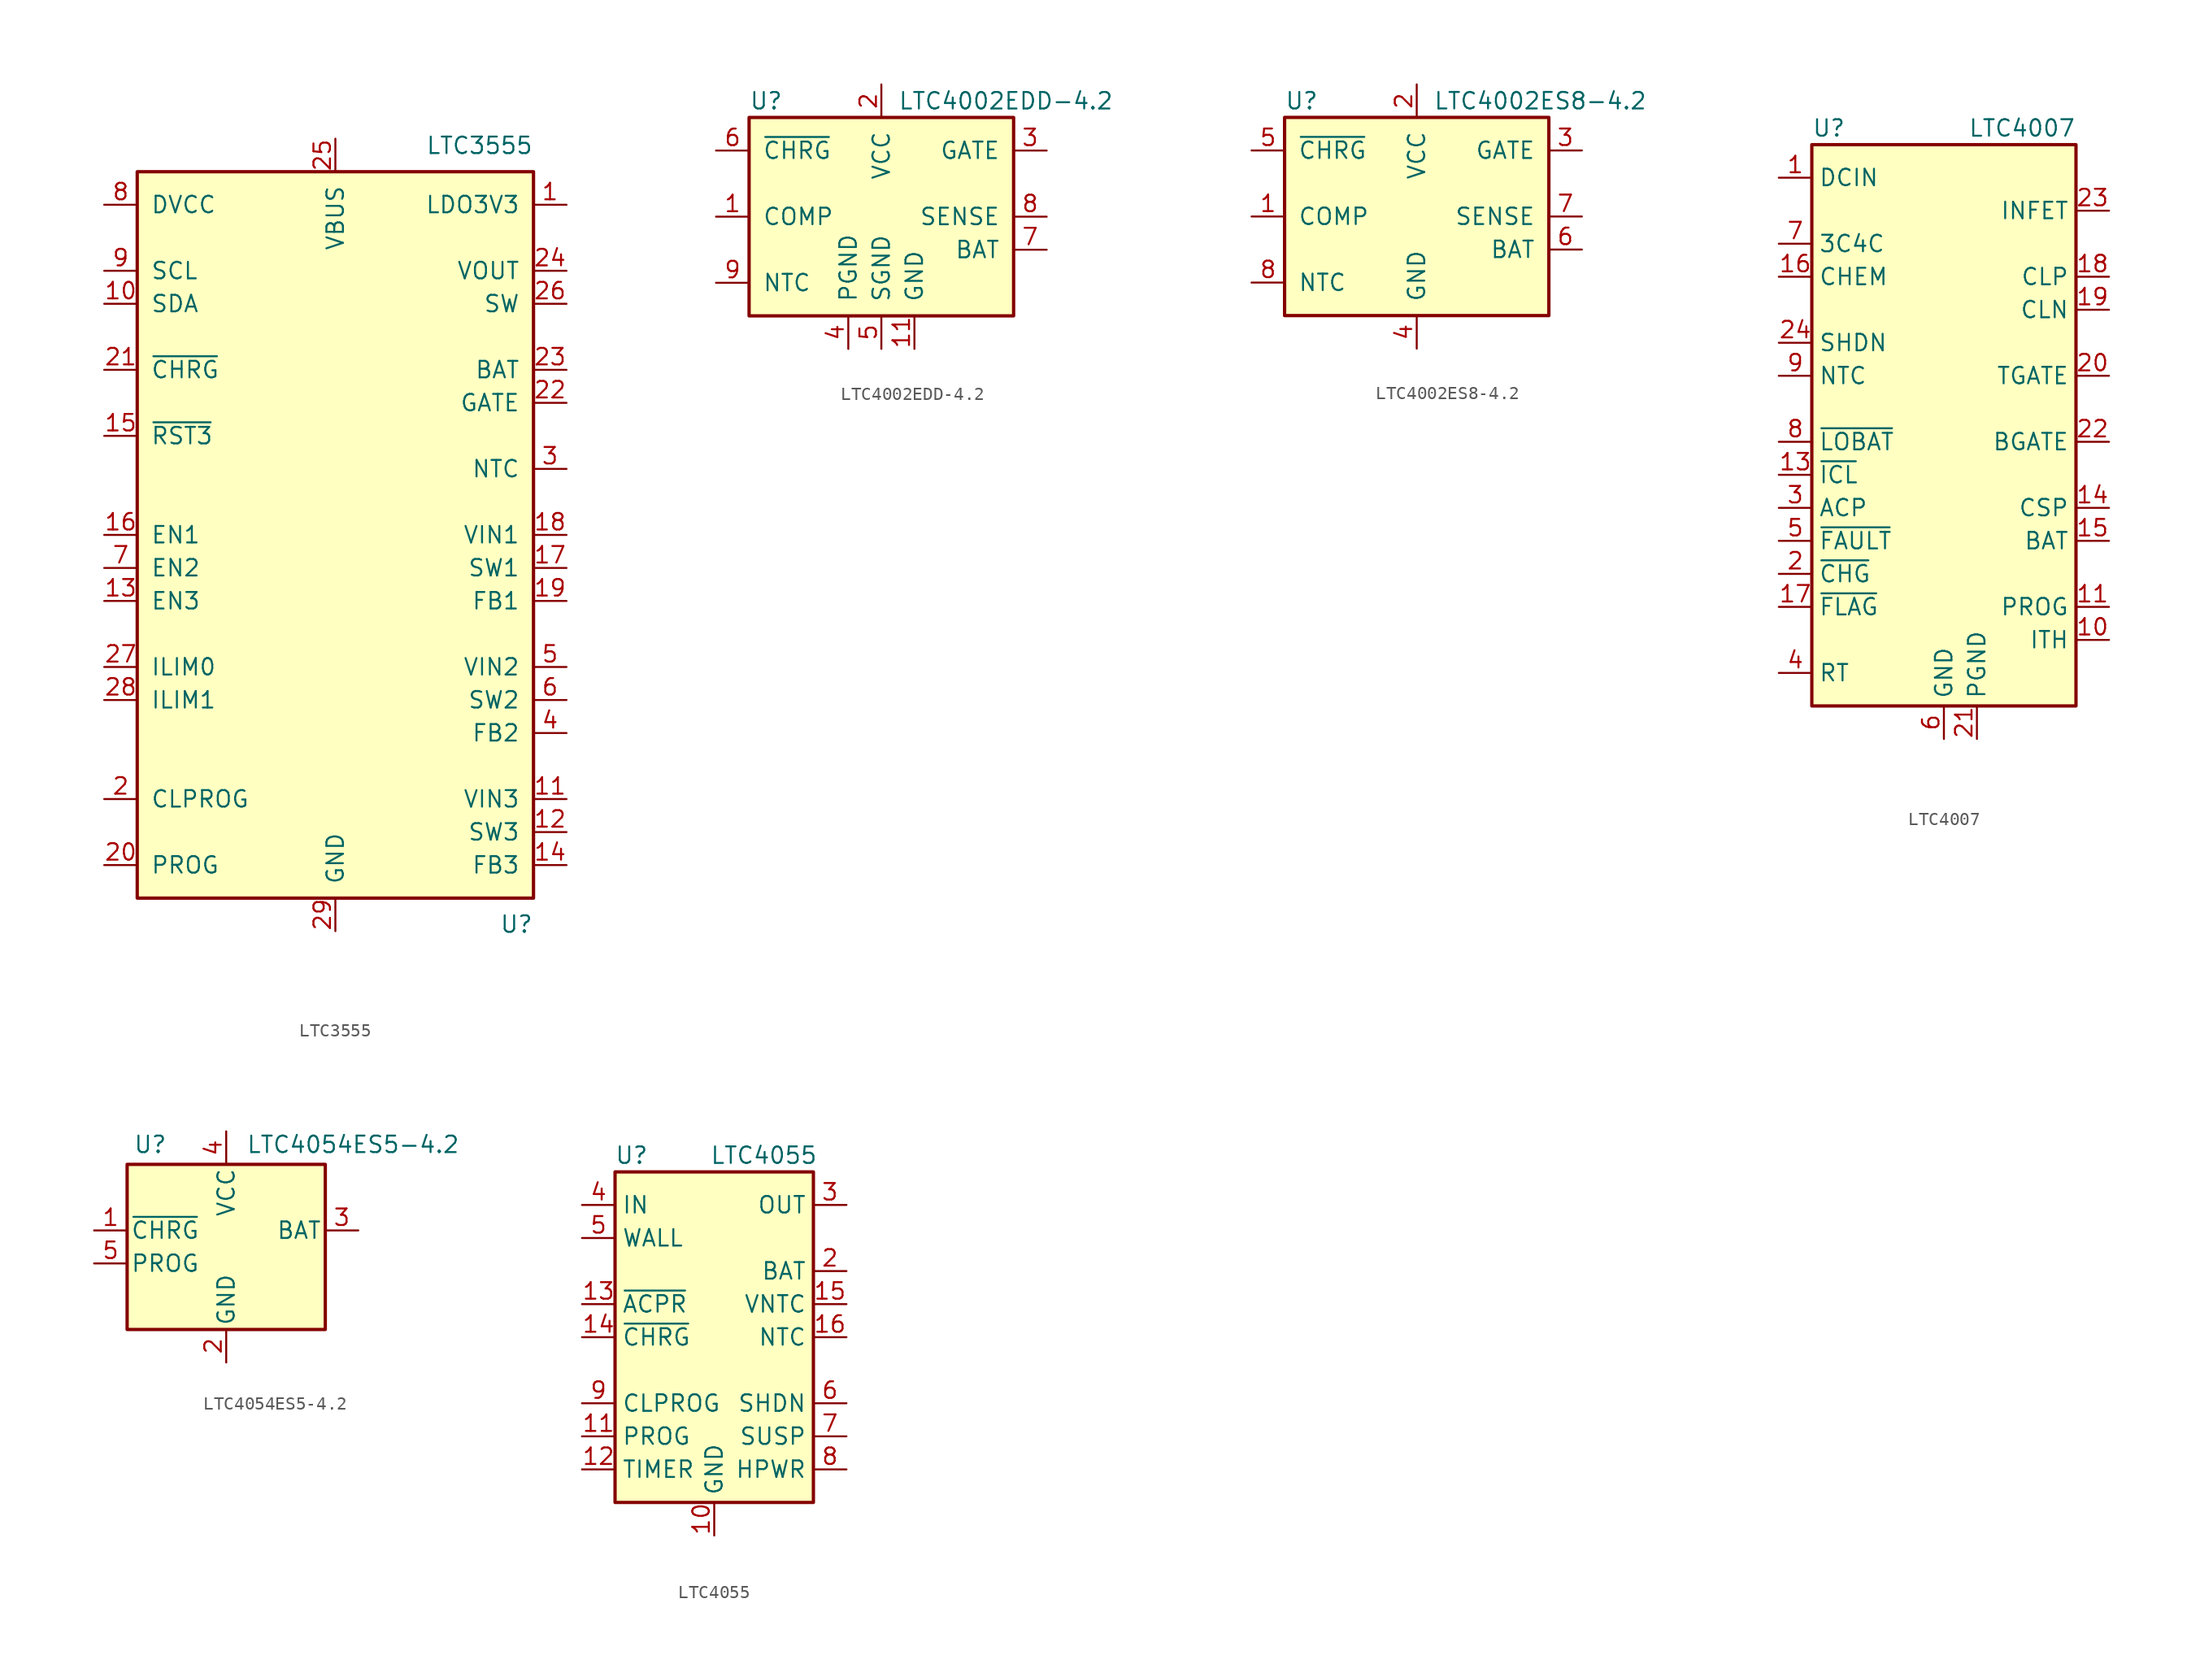
<source format=kicad_sym>
(kicad_symbol_lib
  (version 20201005)
  (generator kicad_symbol_editor)
  (symbol "LTC3555"
    (pin_names
      (offset 1.016))
    (property "Reference" "U"
      (at 15.24 -29.21 0)
      (effects (font (size 1.27 1.27)) (justify right top)))
    (property "Value" "LTC3555"
      (at 15.24 29.21 0)
      (effects (font (size 1.27 1.27)) (justify right bottom)))
    (symbol "LTC3555_0_1"
      (rectangle (start -15.24 27.94) (end 15.24 -27.94) (stroke (width 0.254)) (fill (type background))))
    (symbol "LTC3555_1_1"
      (pin power_out line (at 17.78 25.4 180) (length 2.54) (name "LDO3V3" (effects (font (size 1.27 1.27)))) (number "1" (effects (font (size 1.27 1.27)))))
      (pin bidirectional line (at -17.78 17.78 0) (length 2.54) (name "SDA" (effects (font (size 1.27 1.27)))) (number "10" (effects (font (size 1.27 1.27)))))
      (pin power_in line (at 17.78 -20.32 180) (length 2.54) (name "VIN3" (effects (font (size 1.27 1.27)))) (number "11" (effects (font (size 1.27 1.27)))))
      (pin power_out line (at 17.78 -22.86 180) (length 2.54) (name "SW3" (effects (font (size 1.27 1.27)))) (number "12" (effects (font (size 1.27 1.27)))))
      (pin input line (at -17.78 -5.08 0) (length 2.54) (name "EN3" (effects (font (size 1.27 1.27)))) (number "13" (effects (font (size 1.27 1.27)))))
      (pin input line (at 17.78 -25.4 180) (length 2.54) (name "FB3" (effects (font (size 1.27 1.27)))) (number "14" (effects (font (size 1.27 1.27)))))
      (pin open_collector line (at -17.78 7.62 0) (length 2.54) (name "~RST3" (effects (font (size 1.27 1.27)))) (number "15" (effects (font (size 1.27 1.27)))))
      (pin input line (at -17.78 0 0) (length 2.54) (name "EN1" (effects (font (size 1.27 1.27)))) (number "16" (effects (font (size 1.27 1.27)))))
      (pin power_out line (at 17.78 -2.54 180) (length 2.54) (name "SW1" (effects (font (size 1.27 1.27)))) (number "17" (effects (font (size 1.27 1.27)))))
      (pin power_in line (at 17.78 0 180) (length 2.54) (name "VIN1" (effects (font (size 1.27 1.27)))) (number "18" (effects (font (size 1.27 1.27)))))
      (pin input line (at 17.78 -5.08 180) (length 2.54) (name "FB1" (effects (font (size 1.27 1.27)))) (number "19" (effects (font (size 1.27 1.27)))))
      (pin passive line (at -17.78 -20.32 0) (length 2.54) (name "CLPROG" (effects (font (size 1.27 1.27)))) (number "2" (effects (font (size 1.27 1.27)))))
      (pin passive line (at -17.78 -25.4 0) (length 2.54) (name "PROG" (effects (font (size 1.27 1.27)))) (number "20" (effects (font (size 1.27 1.27)))))
      (pin open_collector line (at -17.78 12.7 0) (length 2.54) (name "~CHRG" (effects (font (size 1.27 1.27)))) (number "21" (effects (font (size 1.27 1.27)))))
      (pin output line (at 17.78 10.16 180) (length 2.54) (name "GATE" (effects (font (size 1.27 1.27)))) (number "22" (effects (font (size 1.27 1.27)))))
      (pin power_out line (at 17.78 12.7 180) (length 2.54) (name "BAT" (effects (font (size 1.27 1.27)))) (number "23" (effects (font (size 1.27 1.27)))))
      (pin power_out line (at 17.78 20.32 180) (length 2.54) (name "VOUT" (effects (font (size 1.27 1.27)))) (number "24" (effects (font (size 1.27 1.27)))))
      (pin power_in line (at 0 30.48 270) (length 2.54) (name "VBUS" (effects (font (size 1.27 1.27)))) (number "25" (effects (font (size 1.27 1.27)))))
      (pin power_out line (at 17.78 17.78 180) (length 2.54) (name "SW" (effects (font (size 1.27 1.27)))) (number "26" (effects (font (size 1.27 1.27)))))
      (pin input line (at -17.78 -10.16 0) (length 2.54) (name "ILIM0" (effects (font (size 1.27 1.27)))) (number "27" (effects (font (size 1.27 1.27)))))
      (pin input line (at -17.78 -12.7 0) (length 2.54) (name "ILIM1" (effects (font (size 1.27 1.27)))) (number "28" (effects (font (size 1.27 1.27)))))
      (pin power_in line (at 0 -30.48 90) (length 2.54) (name "GND" (effects (font (size 1.27 1.27)))) (number "29" (effects (font (size 1.27 1.27)))))
      (pin passive line (at 17.78 5.08 180) (length 2.54) (name "NTC" (effects (font (size 1.27 1.27)))) (number "3" (effects (font (size 1.27 1.27)))))
      (pin input line (at 17.78 -15.24 180) (length 2.54) (name "FB2" (effects (font (size 1.27 1.27)))) (number "4" (effects (font (size 1.27 1.27)))))
      (pin power_in line (at 17.78 -10.16 180) (length 2.54) (name "VIN2" (effects (font (size 1.27 1.27)))) (number "5" (effects (font (size 1.27 1.27)))))
      (pin power_out line (at 17.78 -12.7 180) (length 2.54) (name "SW2" (effects (font (size 1.27 1.27)))) (number "6" (effects (font (size 1.27 1.27)))))
      (pin input line (at -17.78 -2.54 0) (length 2.54) (name "EN2" (effects (font (size 1.27 1.27)))) (number "7" (effects (font (size 1.27 1.27)))))
      (pin power_in line (at -17.78 25.4 0) (length 2.54) (name "DVCC" (effects (font (size 1.27 1.27)))) (number "8" (effects (font (size 1.27 1.27)))))
      (pin input line (at -17.78 20.32 0) (length 2.54) (name "SCL" (effects (font (size 1.27 1.27)))) (number "9" (effects (font (size 1.27 1.27)))))))
  (symbol "LTC4002EDD-4.2"
    (pin_names
      (offset 1.016))
    (property "Reference" "U"
      (at -10.16 8.89 0)
      (effects (font (size 1.27 1.27)) (justify left)))
    (property "Value" "LTC4002EDD-4.2"
      (at 1.27 8.89 0)
      (effects (font (size 1.27 1.27)) (justify left)))
    (symbol "LTC4002EDD-4.2_0_1"
      (rectangle (start 10.16 -7.62) (end -10.16 7.62) (stroke (width 0.254)) (fill (type background))))
    (symbol "LTC4002EDD-4.2_1_1"
      (pin input line (at -12.7 0 0) (length 2.54) (name "COMP" (effects (font (size 1.27 1.27)))) (number "1" (effects (font (size 1.27 1.27)))))
      (pin no_connect line (at 5.08 -10.16 90) (length 2.54) hide (name "NC" (effects (font (size 1.27 1.27)))) (number "10" (effects (font (size 1.27 1.27)))))
      (pin power_in line (at 2.54 -10.16 90) (length 2.54) (name "GND" (effects (font (size 1.27 1.27)))) (number "11" (effects (font (size 1.27 1.27)))))
      (pin power_in line (at 0 10.16 270) (length 2.54) (name "VCC" (effects (font (size 1.27 1.27)))) (number "2" (effects (font (size 1.27 1.27)))))
      (pin output line (at 12.7 5.08 180) (length 2.54) (name "GATE" (effects (font (size 1.27 1.27)))) (number "3" (effects (font (size 1.27 1.27)))))
      (pin power_in line (at -2.54 -10.16 90) (length 2.54) (name "PGND" (effects (font (size 1.27 1.27)))) (number "4" (effects (font (size 1.27 1.27)))))
      (pin power_in line (at 0 -10.16 90) (length 2.54) (name "SGND" (effects (font (size 1.27 1.27)))) (number "5" (effects (font (size 1.27 1.27)))))
      (pin open_collector line (at -12.7 5.08 0) (length 2.54) (name "~CHRG~" (effects (font (size 1.27 1.27)))) (number "6" (effects (font (size 1.27 1.27)))))
      (pin input line (at 12.7 -2.54 180) (length 2.54) (name "BAT" (effects (font (size 1.27 1.27)))) (number "7" (effects (font (size 1.27 1.27)))))
      (pin input line (at 12.7 0 180) (length 2.54) (name "SENSE" (effects (font (size 1.27 1.27)))) (number "8" (effects (font (size 1.27 1.27)))))
      (pin input line (at -12.7 -5.08 0) (length 2.54) (name "NTC" (effects (font (size 1.27 1.27)))) (number "9" (effects (font (size 1.27 1.27)))))))
  (symbol "LTC4002ES8-4.2"
    (pin_names
      (offset 1.016))
    (property "Reference" "U"
      (at -10.16 8.89 0)
      (effects (font (size 1.27 1.27)) (justify left)))
    (property "Value" "LTC4002ES8-4.2"
      (at 1.27 8.89 0)
      (effects (font (size 1.27 1.27)) (justify left)))
    (symbol "LTC4002ES8-4.2_0_1"
      (rectangle (start 10.16 -7.62) (end -10.16 7.62) (stroke (width 0.254)) (fill (type background))))
    (symbol "LTC4002ES8-4.2_1_1"
      (pin input line (at -12.7 0 0) (length 2.54) (name "COMP" (effects (font (size 1.27 1.27)))) (number "1" (effects (font (size 1.27 1.27)))))
      (pin power_in line (at 0 10.16 270) (length 2.54) (name "VCC" (effects (font (size 1.27 1.27)))) (number "2" (effects (font (size 1.27 1.27)))))
      (pin output line (at 12.7 5.08 180) (length 2.54) (name "GATE" (effects (font (size 1.27 1.27)))) (number "3" (effects (font (size 1.27 1.27)))))
      (pin power_in line (at 0 -10.16 90) (length 2.54) (name "GND" (effects (font (size 1.27 1.27)))) (number "4" (effects (font (size 1.27 1.27)))))
      (pin open_collector line (at -12.7 5.08 0) (length 2.54) (name "~CHRG~" (effects (font (size 1.27 1.27)))) (number "5" (effects (font (size 1.27 1.27)))))
      (pin input line (at 12.7 -2.54 180) (length 2.54) (name "BAT" (effects (font (size 1.27 1.27)))) (number "6" (effects (font (size 1.27 1.27)))))
      (pin input line (at 12.7 0 180) (length 2.54) (name "SENSE" (effects (font (size 1.27 1.27)))) (number "7" (effects (font (size 1.27 1.27)))))
      (pin input line (at -12.7 -5.08 0) (length 2.54) (name "NTC" (effects (font (size 1.27 1.27)))) (number "8" (effects (font (size 1.27 1.27)))))))
  (symbol "LTC4007"
    (property "Reference" "U"
      (at -10.16 24.13 0)
      (effects (font (size 1.27 1.27)) (justify left)))
    (property "Value" "LTC4007"
      (at 10.16 24.13 0)
      (effects (font (size 1.27 1.27)) (justify right)))
    (symbol "LTC4007_0_1"
      (rectangle (start -10.16 22.86) (end 10.16 -20.32) (stroke (width 0.254)) (fill (type background))))
    (symbol "LTC4007_1_1"
      (pin input line (at -12.7 20.32 0) (length 2.54) (name "DCIN" (effects (font (size 1.27 1.27)))) (number "1" (effects (font (size 1.27 1.27)))))
      (pin passive line (at 12.7 -15.24 180) (length 2.54) (name "ITH" (effects (font (size 1.27 1.27)))) (number "10" (effects (font (size 1.27 1.27)))))
      (pin bidirectional line (at 12.7 -12.7 180) (length 2.54) (name "PROG" (effects (font (size 1.27 1.27)))) (number "11" (effects (font (size 1.27 1.27)))))
      (pin no_connect line (at -2.54 -20.32 90) (length 2.54) hide (name "NC" (effects (font (size 1.27 1.27)))) (number "12" (effects (font (size 1.27 1.27)))))
      (pin output line (at -12.7 -2.54 0) (length 2.54) (name "~ICL" (effects (font (size 1.27 1.27)))) (number "13" (effects (font (size 1.27 1.27)))))
      (pin input line (at 12.7 -5.08 180) (length 2.54) (name "CSP" (effects (font (size 1.27 1.27)))) (number "14" (effects (font (size 1.27 1.27)))))
      (pin input line (at 12.7 -7.62 180) (length 2.54) (name "BAT" (effects (font (size 1.27 1.27)))) (number "15" (effects (font (size 1.27 1.27)))))
      (pin input line (at -12.7 12.7 0) (length 2.54) (name "CHEM" (effects (font (size 1.27 1.27)))) (number "16" (effects (font (size 1.27 1.27)))))
      (pin open_collector line (at -12.7 -12.7 0) (length 2.54) (name "~FLAG" (effects (font (size 1.27 1.27)))) (number "17" (effects (font (size 1.27 1.27)))))
      (pin input line (at 12.7 12.7 180) (length 2.54) (name "CLP" (effects (font (size 1.27 1.27)))) (number "18" (effects (font (size 1.27 1.27)))))
      (pin input line (at 12.7 10.16 180) (length 2.54) (name "CLN" (effects (font (size 1.27 1.27)))) (number "19" (effects (font (size 1.27 1.27)))))
      (pin output line (at -12.7 -10.16 0) (length 2.54) (name "~CHG" (effects (font (size 1.27 1.27)))) (number "2" (effects (font (size 1.27 1.27)))))
      (pin output line (at 12.7 5.08 180) (length 2.54) (name "TGATE" (effects (font (size 1.27 1.27)))) (number "20" (effects (font (size 1.27 1.27)))))
      (pin power_in line (at 2.54 -22.86 90) (length 2.54) (name "PGND" (effects (font (size 1.27 1.27)))) (number "21" (effects (font (size 1.27 1.27)))))
      (pin output line (at 12.7 0 180) (length 2.54) (name "BGATE" (effects (font (size 1.27 1.27)))) (number "22" (effects (font (size 1.27 1.27)))))
      (pin output line (at 12.7 17.78 180) (length 2.54) (name "INFET" (effects (font (size 1.27 1.27)))) (number "23" (effects (font (size 1.27 1.27)))))
      (pin input line (at -12.7 7.62 0) (length 2.54) (name "SHDN" (effects (font (size 1.27 1.27)))) (number "24" (effects (font (size 1.27 1.27)))))
      (pin open_collector line (at -12.7 -5.08 0) (length 2.54) (name "ACP" (effects (font (size 1.27 1.27)))) (number "3" (effects (font (size 1.27 1.27)))))
      (pin passive line (at -12.7 -17.78 0) (length 2.54) (name "RT" (effects (font (size 1.27 1.27)))) (number "4" (effects (font (size 1.27 1.27)))))
      (pin open_collector line (at -12.7 -7.62 0) (length 2.54) (name "~FAULT" (effects (font (size 1.27 1.27)))) (number "5" (effects (font (size 1.27 1.27)))))
      (pin power_in line (at 0 -22.86 90) (length 2.54) (name "GND" (effects (font (size 1.27 1.27)))) (number "6" (effects (font (size 1.27 1.27)))))
      (pin input line (at -12.7 15.24 0) (length 2.54) (name "3C4C" (effects (font (size 1.27 1.27)))) (number "7" (effects (font (size 1.27 1.27)))))
      (pin output line (at -12.7 0 0) (length 2.54) (name "~LOBAT" (effects (font (size 1.27 1.27)))) (number "8" (effects (font (size 1.27 1.27)))))
      (pin input line (at -12.7 5.08 0) (length 2.54) (name "NTC" (effects (font (size 1.27 1.27)))) (number "9" (effects (font (size 1.27 1.27)))))))
  (symbol "LTC4054ES5-4.2"
    (pin_names
      (offset 0.254))
    (property "Reference" "U"
      (at -5.842 6.604 0)
      (effects (font (size 1.27 1.27))))
    (property "Value" "LTC4054ES5-4.2"
      (at 1.524 6.604 0)
      (effects (font (size 1.27 1.27)) (justify left)))
    (symbol "LTC4054ES5-4.2_0_1"
      (rectangle (start -7.62 5.08) (end 7.62 -7.62) (stroke (width 0.254)) (fill (type background))))
    (symbol "LTC4054ES5-4.2_1_1"
      (pin open_collector line (at -10.16 0 0) (length 2.54) (name "~CHRG" (effects (font (size 1.27 1.27)))) (number "1" (effects (font (size 1.27 1.27)))))
      (pin power_in line (at 0 -10.16 90) (length 2.54) (name "GND" (effects (font (size 1.27 1.27)))) (number "2" (effects (font (size 1.27 1.27)))))
      (pin power_out line (at 10.16 0 180) (length 2.54) (name "BAT" (effects (font (size 1.27 1.27)))) (number "3" (effects (font (size 1.27 1.27)))))
      (pin power_in line (at 0 7.62 270) (length 2.54) (name "VCC" (effects (font (size 1.27 1.27)))) (number "4" (effects (font (size 1.27 1.27)))))
      (pin bidirectional line (at -10.16 -2.54 0) (length 2.54) (name "PROG" (effects (font (size 1.27 1.27)))) (number "5" (effects (font (size 1.27 1.27)))))))
  (symbol "LTC4055"
    (property "Reference" "U"
      (at -6.35 13.97 0)
      (effects (font (size 1.27 1.27))))
    (property "Value" "LTC4055"
      (at 3.81 13.97 0)
      (effects (font (size 1.27 1.27))))
    (symbol "LTC4055_0_1"
      (rectangle (start -7.62 12.7) (end 7.62 -12.7) (stroke (width 0.254)) (fill (type background))))
    (symbol "LTC4055_1_1"
      (pin passive line (at -10.16 10.16 0) (length 2.54) hide (name "IN" (effects (font (size 1.27 1.27)))) (number "1" (effects (font (size 1.27 1.27)))))
      (pin power_in line (at 0 -15.24 90) (length 2.54) (name "GND" (effects (font (size 1.27 1.27)))) (number "10" (effects (font (size 1.27 1.27)))))
      (pin passive line (at -10.16 -7.62 0) (length 2.54) (name "PROG" (effects (font (size 1.27 1.27)))) (number "11" (effects (font (size 1.27 1.27)))))
      (pin passive line (at -10.16 -10.16 0) (length 2.54) (name "TIMER" (effects (font (size 1.27 1.27)))) (number "12" (effects (font (size 1.27 1.27)))))
      (pin open_collector line (at -10.16 2.54 0) (length 2.54) (name "~ACPR" (effects (font (size 1.27 1.27)))) (number "13" (effects (font (size 1.27 1.27)))))
      (pin open_collector line (at -10.16 0 0) (length 2.54) (name "~CHRG" (effects (font (size 1.27 1.27)))) (number "14" (effects (font (size 1.27 1.27)))))
      (pin output line (at 10.16 2.54 180) (length 2.54) (name "VNTC" (effects (font (size 1.27 1.27)))) (number "15" (effects (font (size 1.27 1.27)))))
      (pin input line (at 10.16 0 180) (length 2.54) (name "NTC" (effects (font (size 1.27 1.27)))) (number "16" (effects (font (size 1.27 1.27)))))
      (pin passive line (at 0 -15.24 90) (length 2.54) hide (name "GND" (effects (font (size 1.27 1.27)))) (number "17" (effects (font (size 1.27 1.27)))))
      (pin passive line (at 10.16 5.08 180) (length 2.54) (name "BAT" (effects (font (size 1.27 1.27)))) (number "2" (effects (font (size 1.27 1.27)))))
      (pin passive line (at 10.16 10.16 180) (length 2.54) (name "OUT" (effects (font (size 1.27 1.27)))) (number "3" (effects (font (size 1.27 1.27)))))
      (pin power_in line (at -10.16 10.16 0) (length 2.54) (name "IN" (effects (font (size 1.27 1.27)))) (number "4" (effects (font (size 1.27 1.27)))))
      (pin input line (at -10.16 7.62 0) (length 2.54) (name "WALL" (effects (font (size 1.27 1.27)))) (number "5" (effects (font (size 1.27 1.27)))))
      (pin input line (at 10.16 -5.08 180) (length 2.54) (name "SHDN" (effects (font (size 1.27 1.27)))) (number "6" (effects (font (size 1.27 1.27)))))
      (pin input line (at 10.16 -7.62 180) (length 2.54) (name "SUSP" (effects (font (size 1.27 1.27)))) (number "7" (effects (font (size 1.27 1.27)))))
      (pin input line (at 10.16 -10.16 180) (length 2.54) (name "HPWR" (effects (font (size 1.27 1.27)))) (number "8" (effects (font (size 1.27 1.27)))))
      (pin passive line (at -10.16 -5.08 0) (length 2.54) (name "CLPROG" (effects (font (size 1.27 1.27)))) (number "9" (effects (font (size 1.27 1.27))))))))
</source>
